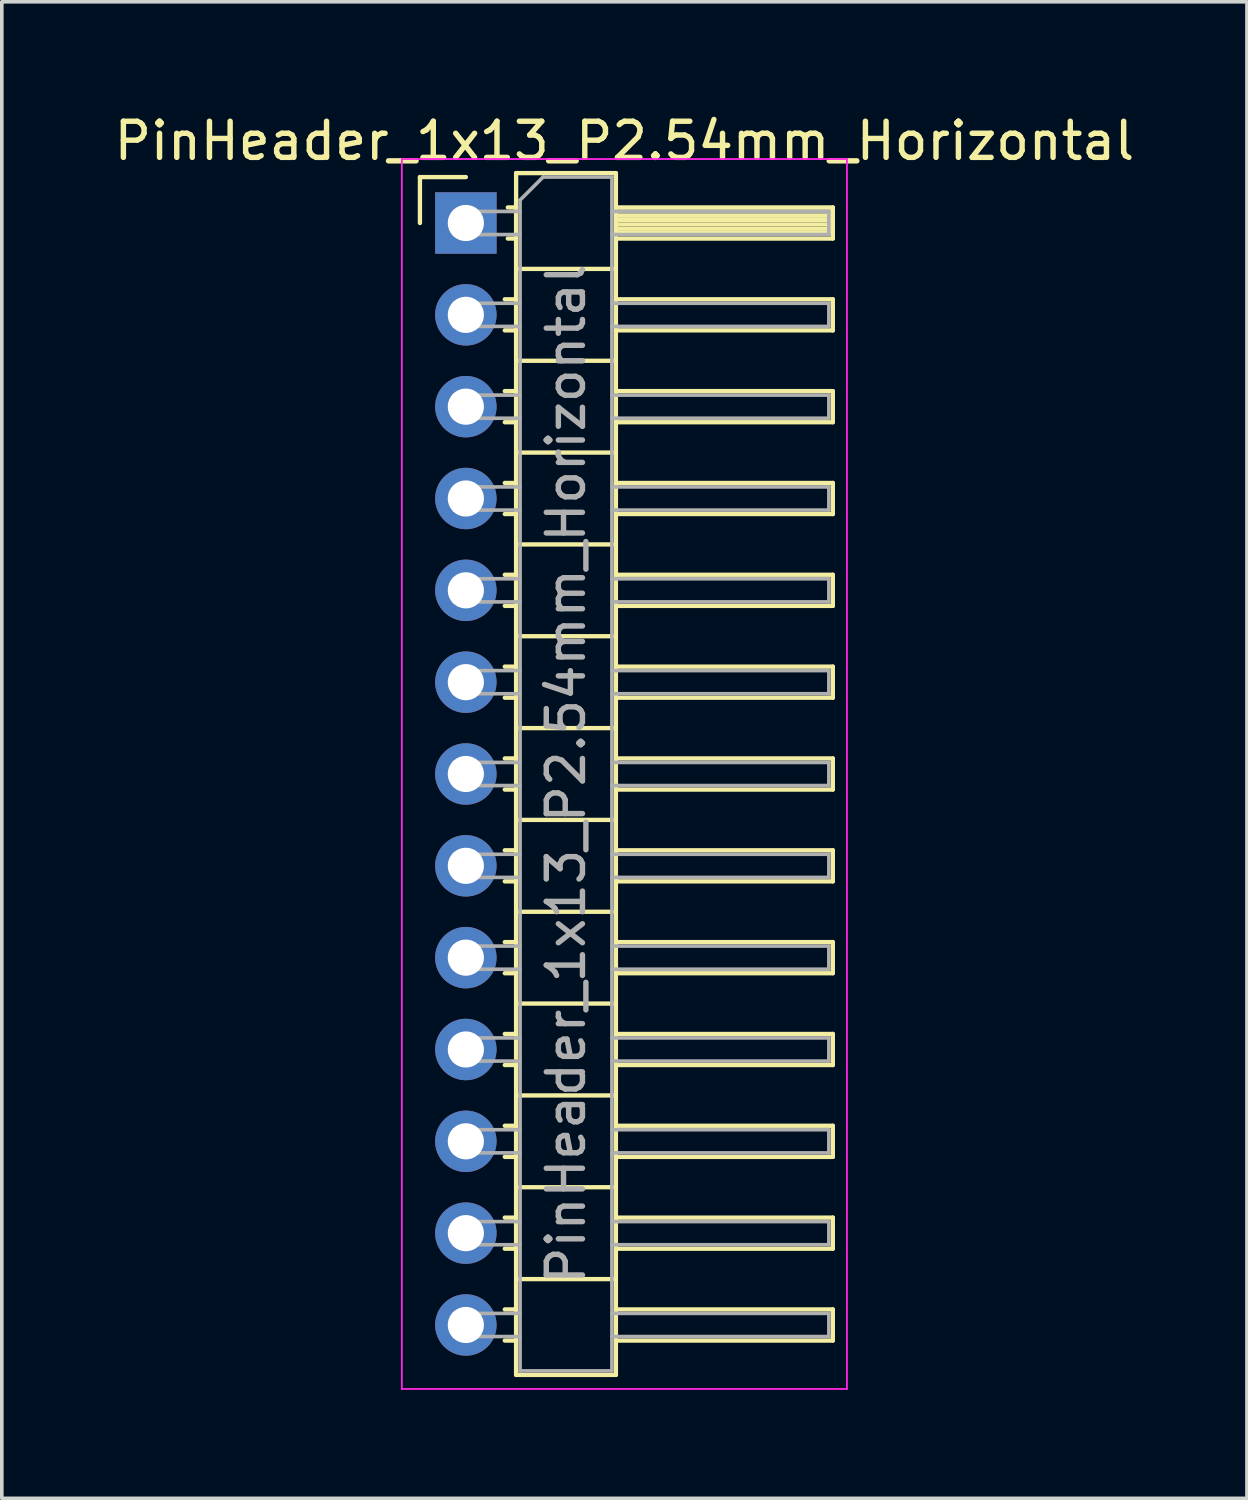
<source format=kicad_pcb>
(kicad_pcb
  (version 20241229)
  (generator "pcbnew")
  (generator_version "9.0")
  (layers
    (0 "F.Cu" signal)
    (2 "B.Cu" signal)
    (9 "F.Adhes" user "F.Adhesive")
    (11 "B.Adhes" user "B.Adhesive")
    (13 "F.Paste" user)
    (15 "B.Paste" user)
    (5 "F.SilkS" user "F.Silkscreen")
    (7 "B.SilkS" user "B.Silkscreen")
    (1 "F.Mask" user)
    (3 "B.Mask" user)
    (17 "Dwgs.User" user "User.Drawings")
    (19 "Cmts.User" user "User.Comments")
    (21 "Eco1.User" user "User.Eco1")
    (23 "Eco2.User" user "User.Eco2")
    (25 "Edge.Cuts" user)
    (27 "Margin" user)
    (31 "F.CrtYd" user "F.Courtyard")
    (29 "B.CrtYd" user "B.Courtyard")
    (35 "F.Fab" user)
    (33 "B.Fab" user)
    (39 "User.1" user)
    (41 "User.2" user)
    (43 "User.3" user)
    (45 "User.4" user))
  (footprint "PinHeader_1x13_P2.54mm_Horizontal"
    (layer "F.Cu")
    (at 9.835 3.118)
    (property "Reference" "PinHeader_1x13_P2.54mm_Horizontal" (at 4.385 -2.27 0) (layer "F.SilkS") (effects (font (size 1 1) (thickness 0.15))))
    (attr through_hole)
    (fp_line (start -1.27 -1.27) (end 0 -1.27) (stroke (width 0.12) (type solid)) (layer "F.SilkS"))
    (fp_line (start -1.27 0) (end -1.27 -1.27) (stroke (width 0.12) (type solid)) (layer "F.SilkS"))
    (fp_line (start 1.077 2.11) (end 1.39 2.11) (stroke (width 0.12) (type solid)) (layer "F.SilkS"))
    (fp_line (start 1.077 2.97) (end 1.39 2.97) (stroke (width 0.12) (type solid)) (layer "F.SilkS"))
    (fp_line (start 1.077 4.65) (end 1.39 4.65) (stroke (width 0.12) (type solid)) (layer "F.SilkS"))
    (fp_line (start 1.077 5.51) (end 1.39 5.51) (stroke (width 0.12) (type solid)) (layer "F.SilkS"))
    (fp_line (start 1.077 7.19) (end 1.39 7.19) (stroke (width 0.12) (type solid)) (layer "F.SilkS"))
    (fp_line (start 1.077 8.05) (end 1.39 8.05) (stroke (width 0.12) (type solid)) (layer "F.SilkS"))
    (fp_line (start 1.077 9.73) (end 1.39 9.73) (stroke (width 0.12) (type solid)) (layer "F.SilkS"))
    (fp_line (start 1.077 10.59) (end 1.39 10.59) (stroke (width 0.12) (type solid)) (layer "F.SilkS"))
    (fp_line (start 1.077 12.27) (end 1.39 12.27) (stroke (width 0.12) (type solid)) (layer "F.SilkS"))
    (fp_line (start 1.077 13.13) (end 1.39 13.13) (stroke (width 0.12) (type solid)) (layer "F.SilkS"))
    (fp_line (start 1.077 14.81) (end 1.39 14.81) (stroke (width 0.12) (type solid)) (layer "F.SilkS"))
    (fp_line (start 1.077 15.67) (end 1.39 15.67) (stroke (width 0.12) (type solid)) (layer "F.SilkS"))
    (fp_line (start 1.077 17.35) (end 1.39 17.35) (stroke (width 0.12) (type solid)) (layer "F.SilkS"))
    (fp_line (start 1.077 18.21) (end 1.39 18.21) (stroke (width 0.12) (type solid)) (layer "F.SilkS"))
    (fp_line (start 1.077 19.89) (end 1.39 19.89) (stroke (width 0.12) (type solid)) (layer "F.SilkS"))
    (fp_line (start 1.077 20.75) (end 1.39 20.75) (stroke (width 0.12) (type solid)) (layer "F.SilkS"))
    (fp_line (start 1.077 22.43) (end 1.39 22.43) (stroke (width 0.12) (type solid)) (layer "F.SilkS"))
    (fp_line (start 1.077 23.29) (end 1.39 23.29) (stroke (width 0.12) (type solid)) (layer "F.SilkS"))
    (fp_line (start 1.077 24.97) (end 1.39 24.97) (stroke (width 0.12) (type solid)) (layer "F.SilkS"))
    (fp_line (start 1.077 25.83) (end 1.39 25.83) (stroke (width 0.12) (type solid)) (layer "F.SilkS"))
    (fp_line (start 1.077 27.51) (end 1.39 27.51) (stroke (width 0.12) (type solid)) (layer "F.SilkS"))
    (fp_line (start 1.077 28.37) (end 1.39 28.37) (stroke (width 0.12) (type solid)) (layer "F.SilkS"))
    (fp_line (start 1.077 30.05) (end 1.39 30.05) (stroke (width 0.12) (type solid)) (layer "F.SilkS"))
    (fp_line (start 1.077 30.91) (end 1.39 30.91) (stroke (width 0.12) (type solid)) (layer "F.SilkS"))
    (fp_line (start 1.16 -0.43) (end 1.39 -0.43) (stroke (width 0.12) (type solid)) (layer "F.SilkS"))
    (fp_line (start 1.16 0.43) (end 1.39 0.43) (stroke (width 0.12) (type solid)) (layer "F.SilkS"))
    (fp_line (start 1.39 -1.38) (end 1.39 31.86) (stroke (width 0.12) (type solid)) (layer "F.SilkS"))
    (fp_line (start 1.39 1.27) (end 4.15 1.27) (stroke (width 0.12) (type solid)) (layer "F.SilkS"))
    (fp_line (start 1.39 3.81) (end 4.15 3.81) (stroke (width 0.12) (type solid)) (layer "F.SilkS"))
    (fp_line (start 1.39 6.35) (end 4.15 6.35) (stroke (width 0.12) (type solid)) (layer "F.SilkS"))
    (fp_line (start 1.39 8.89) (end 4.15 8.89) (stroke (width 0.12) (type solid)) (layer "F.SilkS"))
    (fp_line (start 1.39 11.43) (end 4.15 11.43) (stroke (width 0.12) (type solid)) (layer "F.SilkS"))
    (fp_line (start 1.39 13.97) (end 4.15 13.97) (stroke (width 0.12) (type solid)) (layer "F.SilkS"))
    (fp_line (start 1.39 16.51) (end 4.15 16.51) (stroke (width 0.12) (type solid)) (layer "F.SilkS"))
    (fp_line (start 1.39 19.05) (end 4.15 19.05) (stroke (width 0.12) (type solid)) (layer "F.SilkS"))
    (fp_line (start 1.39 21.59) (end 4.15 21.59) (stroke (width 0.12) (type solid)) (layer "F.SilkS"))
    (fp_line (start 1.39 24.13) (end 4.15 24.13) (stroke (width 0.12) (type solid)) (layer "F.SilkS"))
    (fp_line (start 1.39 26.67) (end 4.15 26.67) (stroke (width 0.12) (type solid)) (layer "F.SilkS"))
    (fp_line (start 1.39 29.21) (end 4.15 29.21) (stroke (width 0.12) (type solid)) (layer "F.SilkS"))
    (fp_line (start 1.39 31.86) (end 4.15 31.86) (stroke (width 0.12) (type solid)) (layer "F.SilkS"))
    (fp_line (start 4.15 -1.38) (end 1.39 -1.38) (stroke (width 0.12) (type solid)) (layer "F.SilkS"))
    (fp_line (start 4.15 -0.43) (end 10.15 -0.43) (stroke (width 0.12) (type solid)) (layer "F.SilkS"))
    (fp_line (start 4.15 -0.32) (end 10.15 -0.32) (stroke (width 0.12) (type solid)) (layer "F.SilkS"))
    (fp_line (start 4.15 -0.2) (end 10.15 -0.2) (stroke (width 0.12) (type solid)) (layer "F.SilkS"))
    (fp_line (start 4.15 -0.08) (end 10.15 -0.08) (stroke (width 0.12) (type solid)) (layer "F.SilkS"))
    (fp_line (start 4.15 0.04) (end 10.15 0.04) (stroke (width 0.12) (type solid)) (layer "F.SilkS"))
    (fp_line (start 4.15 0.16) (end 10.15 0.16) (stroke (width 0.12) (type solid)) (layer "F.SilkS"))
    (fp_line (start 4.15 0.28) (end 10.15 0.28) (stroke (width 0.12) (type solid)) (layer "F.SilkS"))
    (fp_line (start 4.15 2.11) (end 10.15 2.11) (stroke (width 0.12) (type solid)) (layer "F.SilkS"))
    (fp_line (start 4.15 4.65) (end 10.15 4.65) (stroke (width 0.12) (type solid)) (layer "F.SilkS"))
    (fp_line (start 4.15 7.19) (end 10.15 7.19) (stroke (width 0.12) (type solid)) (layer "F.SilkS"))
    (fp_line (start 4.15 9.73) (end 10.15 9.73) (stroke (width 0.12) (type solid)) (layer "F.SilkS"))
    (fp_line (start 4.15 12.27) (end 10.15 12.27) (stroke (width 0.12) (type solid)) (layer "F.SilkS"))
    (fp_line (start 4.15 14.81) (end 10.15 14.81) (stroke (width 0.12) (type solid)) (layer "F.SilkS"))
    (fp_line (start 4.15 17.35) (end 10.15 17.35) (stroke (width 0.12) (type solid)) (layer "F.SilkS"))
    (fp_line (start 4.15 19.89) (end 10.15 19.89) (stroke (width 0.12) (type solid)) (layer "F.SilkS"))
    (fp_line (start 4.15 22.43) (end 10.15 22.43) (stroke (width 0.12) (type solid)) (layer "F.SilkS"))
    (fp_line (start 4.15 24.97) (end 10.15 24.97) (stroke (width 0.12) (type solid)) (layer "F.SilkS"))
    (fp_line (start 4.15 27.51) (end 10.15 27.51) (stroke (width 0.12) (type solid)) (layer "F.SilkS"))
    (fp_line (start 4.15 30.05) (end 10.15 30.05) (stroke (width 0.12) (type solid)) (layer "F.SilkS"))
    (fp_line (start 4.15 31.86) (end 4.15 -1.38) (stroke (width 0.12) (type solid)) (layer "F.SilkS"))
    (fp_line (start 10.15 -0.43) (end 10.15 0.43) (stroke (width 0.12) (type solid)) (layer "F.SilkS"))
    (fp_line (start 10.15 0.43) (end 4.15 0.43) (stroke (width 0.12) (type solid)) (layer "F.SilkS"))
    (fp_line (start 10.15 2.11) (end 10.15 2.97) (stroke (width 0.12) (type solid)) (layer "F.SilkS"))
    (fp_line (start 10.15 2.97) (end 4.15 2.97) (stroke (width 0.12) (type solid)) (layer "F.SilkS"))
    (fp_line (start 10.15 4.65) (end 10.15 5.51) (stroke (width 0.12) (type solid)) (layer "F.SilkS"))
    (fp_line (start 10.15 5.51) (end 4.15 5.51) (stroke (width 0.12) (type solid)) (layer "F.SilkS"))
    (fp_line (start 10.15 7.19) (end 10.15 8.05) (stroke (width 0.12) (type solid)) (layer "F.SilkS"))
    (fp_line (start 10.15 8.05) (end 4.15 8.05) (stroke (width 0.12) (type solid)) (layer "F.SilkS"))
    (fp_line (start 10.15 9.73) (end 10.15 10.59) (stroke (width 0.12) (type solid)) (layer "F.SilkS"))
    (fp_line (start 10.15 10.59) (end 4.15 10.59) (stroke (width 0.12) (type solid)) (layer "F.SilkS"))
    (fp_line (start 10.15 12.27) (end 10.15 13.13) (stroke (width 0.12) (type solid)) (layer "F.SilkS"))
    (fp_line (start 10.15 13.13) (end 4.15 13.13) (stroke (width 0.12) (type solid)) (layer "F.SilkS"))
    (fp_line (start 10.15 14.81) (end 10.15 15.67) (stroke (width 0.12) (type solid)) (layer "F.SilkS"))
    (fp_line (start 10.15 15.67) (end 4.15 15.67) (stroke (width 0.12) (type solid)) (layer "F.SilkS"))
    (fp_line (start 10.15 17.35) (end 10.15 18.21) (stroke (width 0.12) (type solid)) (layer "F.SilkS"))
    (fp_line (start 10.15 18.21) (end 4.15 18.21) (stroke (width 0.12) (type solid)) (layer "F.SilkS"))
    (fp_line (start 10.15 19.89) (end 10.15 20.75) (stroke (width 0.12) (type solid)) (layer "F.SilkS"))
    (fp_line (start 10.15 20.75) (end 4.15 20.75) (stroke (width 0.12) (type solid)) (layer "F.SilkS"))
    (fp_line (start 10.15 22.43) (end 10.15 23.29) (stroke (width 0.12) (type solid)) (layer "F.SilkS"))
    (fp_line (start 10.15 23.29) (end 4.15 23.29) (stroke (width 0.12) (type solid)) (layer "F.SilkS"))
    (fp_line (start 10.15 24.97) (end 10.15 25.83) (stroke (width 0.12) (type solid)) (layer "F.SilkS"))
    (fp_line (start 10.15 25.83) (end 4.15 25.83) (stroke (width 0.12) (type solid)) (layer "F.SilkS"))
    (fp_line (start 10.15 27.51) (end 10.15 28.37) (stroke (width 0.12) (type solid)) (layer "F.SilkS"))
    (fp_line (start 10.15 28.37) (end 4.15 28.37) (stroke (width 0.12) (type solid)) (layer "F.SilkS"))
    (fp_line (start 10.15 30.05) (end 10.15 30.91) (stroke (width 0.12) (type solid)) (layer "F.SilkS"))
    (fp_line (start 10.15 30.91) (end 4.15 30.91) (stroke (width 0.12) (type solid)) (layer "F.SilkS"))
    (fp_line (start -1.77 -1.77) (end -1.77 32.25) (stroke (width 0.05) (type solid)) (layer "F.CrtYd"))
    (fp_line (start -1.77 32.25) (end 10.54 32.25) (stroke (width 0.05) (type solid)) (layer "F.CrtYd"))
    (fp_line (start 10.54 -1.77) (end -1.77 -1.77) (stroke (width 0.05) (type solid)) (layer "F.CrtYd"))
    (fp_line (start 10.54 32.25) (end 10.54 -1.77) (stroke (width 0.05) (type solid)) (layer "F.CrtYd"))
    (fp_line (start -0.32 -0.32) (end -0.32 0.32) (stroke (width 0.1) (type solid)) (layer "F.Fab"))
    (fp_line (start -0.32 -0.32) (end 1.5 -0.32) (stroke (width 0.1) (type solid)) (layer "F.Fab"))
    (fp_line (start -0.32 0.32) (end 1.5 0.32) (stroke (width 0.1) (type solid)) (layer "F.Fab"))
    (fp_line (start -0.32 2.22) (end -0.32 2.86) (stroke (width 0.1) (type solid)) (layer "F.Fab"))
    (fp_line (start -0.32 2.22) (end 1.5 2.22) (stroke (width 0.1) (type solid)) (layer "F.Fab"))
    (fp_line (start -0.32 2.86) (end 1.5 2.86) (stroke (width 0.1) (type solid)) (layer "F.Fab"))
    (fp_line (start -0.32 4.76) (end -0.32 5.4) (stroke (width 0.1) (type solid)) (layer "F.Fab"))
    (fp_line (start -0.32 4.76) (end 1.5 4.76) (stroke (width 0.1) (type solid)) (layer "F.Fab"))
    (fp_line (start -0.32 5.4) (end 1.5 5.4) (stroke (width 0.1) (type solid)) (layer "F.Fab"))
    (fp_line (start -0.32 7.3) (end -0.32 7.94) (stroke (width 0.1) (type solid)) (layer "F.Fab"))
    (fp_line (start -0.32 7.3) (end 1.5 7.3) (stroke (width 0.1) (type solid)) (layer "F.Fab"))
    (fp_line (start -0.32 7.94) (end 1.5 7.94) (stroke (width 0.1) (type solid)) (layer "F.Fab"))
    (fp_line (start -0.32 9.84) (end -0.32 10.48) (stroke (width 0.1) (type solid)) (layer "F.Fab"))
    (fp_line (start -0.32 9.84) (end 1.5 9.84) (stroke (width 0.1) (type solid)) (layer "F.Fab"))
    (fp_line (start -0.32 10.48) (end 1.5 10.48) (stroke (width 0.1) (type solid)) (layer "F.Fab"))
    (fp_line (start -0.32 12.38) (end -0.32 13.02) (stroke (width 0.1) (type solid)) (layer "F.Fab"))
    (fp_line (start -0.32 12.38) (end 1.5 12.38) (stroke (width 0.1) (type solid)) (layer "F.Fab"))
    (fp_line (start -0.32 13.02) (end 1.5 13.02) (stroke (width 0.1) (type solid)) (layer "F.Fab"))
    (fp_line (start -0.32 14.92) (end -0.32 15.56) (stroke (width 0.1) (type solid)) (layer "F.Fab"))
    (fp_line (start -0.32 14.92) (end 1.5 14.92) (stroke (width 0.1) (type solid)) (layer "F.Fab"))
    (fp_line (start -0.32 15.56) (end 1.5 15.56) (stroke (width 0.1) (type solid)) (layer "F.Fab"))
    (fp_line (start -0.32 17.46) (end -0.32 18.1) (stroke (width 0.1) (type solid)) (layer "F.Fab"))
    (fp_line (start -0.32 17.46) (end 1.5 17.46) (stroke (width 0.1) (type solid)) (layer "F.Fab"))
    (fp_line (start -0.32 18.1) (end 1.5 18.1) (stroke (width 0.1) (type solid)) (layer "F.Fab"))
    (fp_line (start -0.32 20) (end -0.32 20.64) (stroke (width 0.1) (type solid)) (layer "F.Fab"))
    (fp_line (start -0.32 20) (end 1.5 20) (stroke (width 0.1) (type solid)) (layer "F.Fab"))
    (fp_line (start -0.32 20.64) (end 1.5 20.64) (stroke (width 0.1) (type solid)) (layer "F.Fab"))
    (fp_line (start -0.32 22.54) (end -0.32 23.18) (stroke (width 0.1) (type solid)) (layer "F.Fab"))
    (fp_line (start -0.32 22.54) (end 1.5 22.54) (stroke (width 0.1) (type solid)) (layer "F.Fab"))
    (fp_line (start -0.32 23.18) (end 1.5 23.18) (stroke (width 0.1) (type solid)) (layer "F.Fab"))
    (fp_line (start -0.32 25.08) (end -0.32 25.72) (stroke (width 0.1) (type solid)) (layer "F.Fab"))
    (fp_line (start -0.32 25.08) (end 1.5 25.08) (stroke (width 0.1) (type solid)) (layer "F.Fab"))
    (fp_line (start -0.32 25.72) (end 1.5 25.72) (stroke (width 0.1) (type solid)) (layer "F.Fab"))
    (fp_line (start -0.32 27.62) (end -0.32 28.26) (stroke (width 0.1) (type solid)) (layer "F.Fab"))
    (fp_line (start -0.32 27.62) (end 1.5 27.62) (stroke (width 0.1) (type solid)) (layer "F.Fab"))
    (fp_line (start -0.32 28.26) (end 1.5 28.26) (stroke (width 0.1) (type solid)) (layer "F.Fab"))
    (fp_line (start -0.32 30.16) (end -0.32 30.8) (stroke (width 0.1) (type solid)) (layer "F.Fab"))
    (fp_line (start -0.32 30.16) (end 1.5 30.16) (stroke (width 0.1) (type solid)) (layer "F.Fab"))
    (fp_line (start -0.32 30.8) (end 1.5 30.8) (stroke (width 0.1) (type solid)) (layer "F.Fab"))
    (fp_line (start 1.5 -0.635) (end 2.135 -1.27) (stroke (width 0.1) (type solid)) (layer "F.Fab"))
    (fp_line (start 1.5 31.75) (end 1.5 -0.635) (stroke (width 0.1) (type solid)) (layer "F.Fab"))
    (fp_line (start 2.135 -1.27) (end 4.04 -1.27) (stroke (width 0.1) (type solid)) (layer "F.Fab"))
    (fp_line (start 4.04 -1.27) (end 4.04 31.75) (stroke (width 0.1) (type solid)) (layer "F.Fab"))
    (fp_line (start 4.04 -0.32) (end 10.04 -0.32) (stroke (width 0.1) (type solid)) (layer "F.Fab"))
    (fp_line (start 4.04 0.32) (end 10.04 0.32) (stroke (width 0.1) (type solid)) (layer "F.Fab"))
    (fp_line (start 4.04 2.22) (end 10.04 2.22) (stroke (width 0.1) (type solid)) (layer "F.Fab"))
    (fp_line (start 4.04 2.86) (end 10.04 2.86) (stroke (width 0.1) (type solid)) (layer "F.Fab"))
    (fp_line (start 4.04 4.76) (end 10.04 4.76) (stroke (width 0.1) (type solid)) (layer "F.Fab"))
    (fp_line (start 4.04 5.4) (end 10.04 5.4) (stroke (width 0.1) (type solid)) (layer "F.Fab"))
    (fp_line (start 4.04 7.3) (end 10.04 7.3) (stroke (width 0.1) (type solid)) (layer "F.Fab"))
    (fp_line (start 4.04 7.94) (end 10.04 7.94) (stroke (width 0.1) (type solid)) (layer "F.Fab"))
    (fp_line (start 4.04 9.84) (end 10.04 9.84) (stroke (width 0.1) (type solid)) (layer "F.Fab"))
    (fp_line (start 4.04 10.48) (end 10.04 10.48) (stroke (width 0.1) (type solid)) (layer "F.Fab"))
    (fp_line (start 4.04 12.38) (end 10.04 12.38) (stroke (width 0.1) (type solid)) (layer "F.Fab"))
    (fp_line (start 4.04 13.02) (end 10.04 13.02) (stroke (width 0.1) (type solid)) (layer "F.Fab"))
    (fp_line (start 4.04 14.92) (end 10.04 14.92) (stroke (width 0.1) (type solid)) (layer "F.Fab"))
    (fp_line (start 4.04 15.56) (end 10.04 15.56) (stroke (width 0.1) (type solid)) (layer "F.Fab"))
    (fp_line (start 4.04 17.46) (end 10.04 17.46) (stroke (width 0.1) (type solid)) (layer "F.Fab"))
    (fp_line (start 4.04 18.1) (end 10.04 18.1) (stroke (width 0.1) (type solid)) (layer "F.Fab"))
    (fp_line (start 4.04 20) (end 10.04 20) (stroke (width 0.1) (type solid)) (layer "F.Fab"))
    (fp_line (start 4.04 20.64) (end 10.04 20.64) (stroke (width 0.1) (type solid)) (layer "F.Fab"))
    (fp_line (start 4.04 22.54) (end 10.04 22.54) (stroke (width 0.1) (type solid)) (layer "F.Fab"))
    (fp_line (start 4.04 23.18) (end 10.04 23.18) (stroke (width 0.1) (type solid)) (layer "F.Fab"))
    (fp_line (start 4.04 25.08) (end 10.04 25.08) (stroke (width 0.1) (type solid)) (layer "F.Fab"))
    (fp_line (start 4.04 25.72) (end 10.04 25.72) (stroke (width 0.1) (type solid)) (layer "F.Fab"))
    (fp_line (start 4.04 27.62) (end 10.04 27.62) (stroke (width 0.1) (type solid)) (layer "F.Fab"))
    (fp_line (start 4.04 28.26) (end 10.04 28.26) (stroke (width 0.1) (type solid)) (layer "F.Fab"))
    (fp_line (start 4.04 30.16) (end 10.04 30.16) (stroke (width 0.1) (type solid)) (layer "F.Fab"))
    (fp_line (start 4.04 30.8) (end 10.04 30.8) (stroke (width 0.1) (type solid)) (layer "F.Fab"))
    (fp_line (start 4.04 31.75) (end 1.5 31.75) (stroke (width 0.1) (type solid)) (layer "F.Fab"))
    (fp_line (start 10.04 -0.32) (end 10.04 0.32) (stroke (width 0.1) (type solid)) (layer "F.Fab"))
    (fp_line (start 10.04 2.22) (end 10.04 2.86) (stroke (width 0.1) (type solid)) (layer "F.Fab"))
    (fp_line (start 10.04 4.76) (end 10.04 5.4) (stroke (width 0.1) (type solid)) (layer "F.Fab"))
    (fp_line (start 10.04 7.3) (end 10.04 7.94) (stroke (width 0.1) (type solid)) (layer "F.Fab"))
    (fp_line (start 10.04 9.84) (end 10.04 10.48) (stroke (width 0.1) (type solid)) (layer "F.Fab"))
    (fp_line (start 10.04 12.38) (end 10.04 13.02) (stroke (width 0.1) (type solid)) (layer "F.Fab"))
    (fp_line (start 10.04 14.92) (end 10.04 15.56) (stroke (width 0.1) (type solid)) (layer "F.Fab"))
    (fp_line (start 10.04 17.46) (end 10.04 18.1) (stroke (width 0.1) (type solid)) (layer "F.Fab"))
    (fp_line (start 10.04 20) (end 10.04 20.64) (stroke (width 0.1) (type solid)) (layer "F.Fab"))
    (fp_line (start 10.04 22.54) (end 10.04 23.18) (stroke (width 0.1) (type solid)) (layer "F.Fab"))
    (fp_line (start 10.04 25.08) (end 10.04 25.72) (stroke (width 0.1) (type solid)) (layer "F.Fab"))
    (fp_line (start 10.04 27.62) (end 10.04 28.26) (stroke (width 0.1) (type solid)) (layer "F.Fab"))
    (fp_line (start 10.04 30.16) (end 10.04 30.8) (stroke (width 0.1) (type solid)) (layer "F.Fab"))
    (fp_text user "${REFERENCE}" (at 2.77 15.24 90) (layer "F.Fab") (effects (font (size 1 1) (thickness 0.15))))
    (pad "1" thru_hole rect (at 0 0) (size 1.7 1.7) (drill 1) (layers "*.Cu" "*.Mask"))
    (pad "2" thru_hole circle (at 0 2.54) (size 1.7 1.7) (drill 1) (layers "*.Cu" "*.Mask"))
    (pad "3" thru_hole circle (at 0 5.08) (size 1.7 1.7) (drill 1) (layers "*.Cu" "*.Mask"))
    (pad "4" thru_hole circle (at 0 7.62) (size 1.7 1.7) (drill 1) (layers "*.Cu" "*.Mask"))
    (pad "5" thru_hole circle (at 0 10.16) (size 1.7 1.7) (drill 1) (layers "*.Cu" "*.Mask"))
    (pad "6" thru_hole circle (at 0 12.7) (size 1.7 1.7) (drill 1) (layers "*.Cu" "*.Mask"))
    (pad "7" thru_hole circle (at 0 15.24) (size 1.7 1.7) (drill 1) (layers "*.Cu" "*.Mask"))
    (pad "8" thru_hole circle (at 0 17.78) (size 1.7 1.7) (drill 1) (layers "*.Cu" "*.Mask"))
    (pad "9" thru_hole circle (at 0 20.32) (size 1.7 1.7) (drill 1) (layers "*.Cu" "*.Mask"))
    (pad "10" thru_hole circle (at 0 22.86) (size 1.7 1.7) (drill 1) (layers "*.Cu" "*.Mask"))
    (pad "11" thru_hole circle (at 0 25.4) (size 1.7 1.7) (drill 1) (layers "*.Cu" "*.Mask"))
    (pad "12" thru_hole circle (at 0 27.94) (size 1.7 1.7) (drill 1) (layers "*.Cu" "*.Mask"))
    (pad "13" thru_hole circle (at 0 30.48) (size 1.7 1.7) (drill 1) (layers "*.Cu" "*.Mask")))
  (gr_rect
    (start -3 -3)
    (end 31.44 38.393)
    (stroke (width 0.1) (type default))
    (fill no)
    (layer "Edge.Cuts")))
</source>
